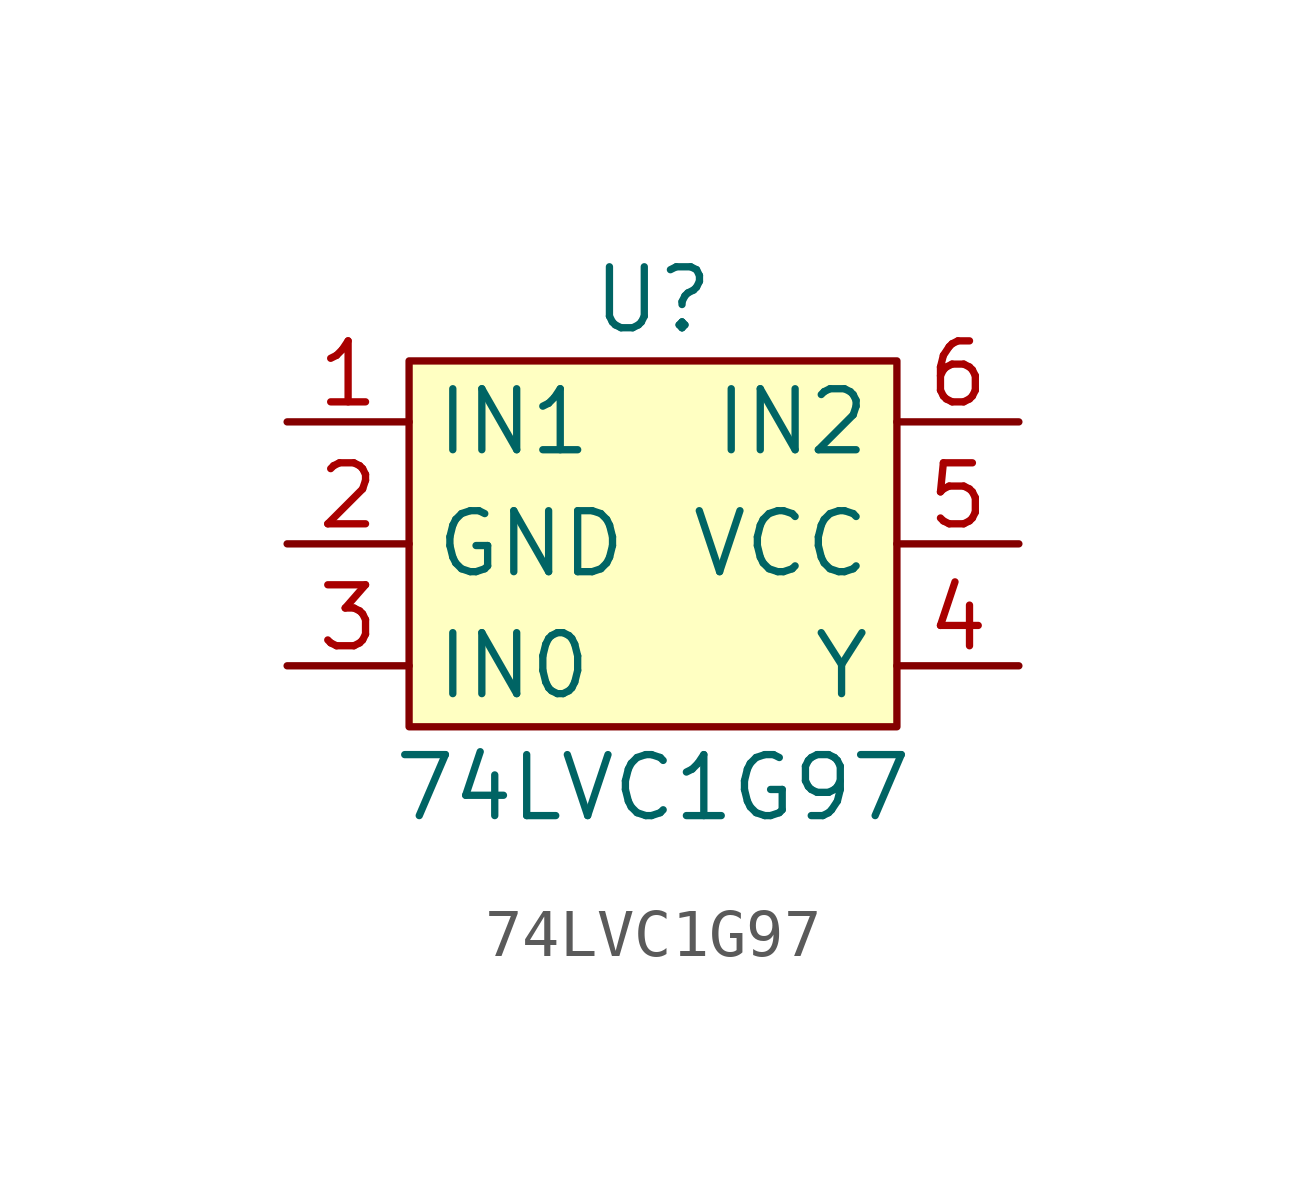
<source format=kicad_sym>
(kicad_symbol_lib
  (version 20220914)
  (generator kicad_symbol_editor)
  (symbol "74LVC1G97"
    (property "Reference" "U"
      (at 0 5.08 0)
      (effects (font (size 1.27 1.27))))
    (property "Value" "74LVC1G97"
      (at 0 -5.08 0)
      (effects (font (size 1.27 1.27))))
    (symbol "74LVC1G97_0_1"
      (rectangle (start -5.08 3.81) (end 5.08 -3.81) (stroke (width 0) (type default)) (fill (type background))))
    (symbol "74LVC1G97_1_1"
      (pin input line (at -7.62 2.54 0) (length 2.54) (name "IN1" (effects (font (size 1.27 1.27)))) (number "1" (effects (font (size 1.27 1.27)))))
      (pin input line (at -7.62 0 0) (length 2.54) (name "GND" (effects (font (size 1.27 1.27)))) (number "2" (effects (font (size 1.27 1.27)))))
      (pin input line (at -7.62 -2.54 0) (length 2.54) (name "IN0" (effects (font (size 1.27 1.27)))) (number "3" (effects (font (size 1.27 1.27)))))
      (pin output line (at 7.62 -2.54 180) (length 2.54) (name "Y" (effects (font (size 1.27 1.27)))) (number "4" (effects (font (size 1.27 1.27)))))
      (pin input line (at 7.62 0 180) (length 2.54) (name "VCC" (effects (font (size 1.27 1.27)))) (number "5" (effects (font (size 1.27 1.27)))))
      (pin input line (at 7.62 2.54 180) (length 2.54) (name "IN2" (effects (font (size 1.27 1.27)))) (number "6" (effects (font (size 1.27 1.27))))))))
</source>
